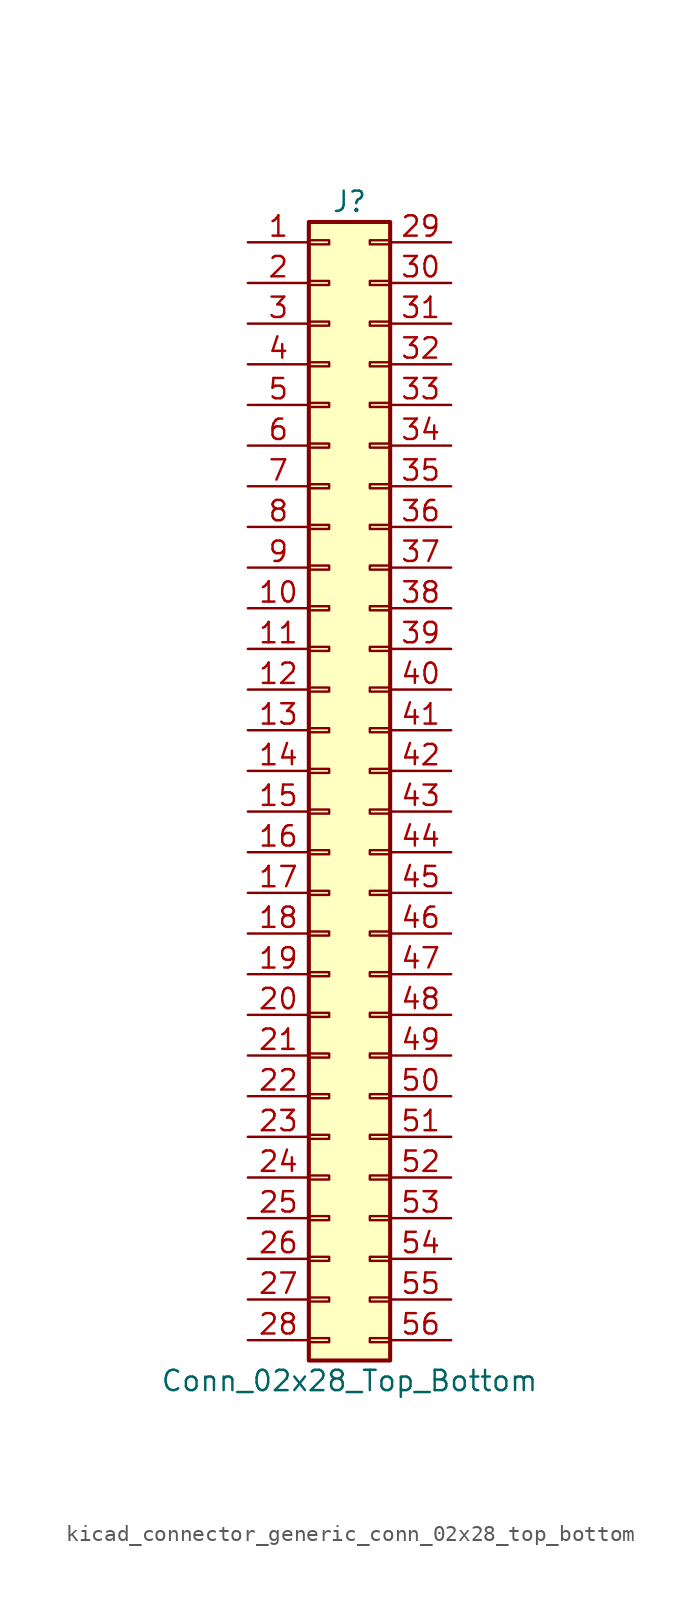
<source format=kicad_sym>
(kicad_symbol_lib
  (version 20220914)
  (generator kicad_symbol_editor)
  (symbol "kicad_connector_generic_conn_02x28_top_bottom"
    (pin_names
      (offset 1.016) hide)
    (property "Reference" "J"
      (at 1.27 35.56 0)
      (effects (font (size 1.27 1.27))))
    (property "Value" "Conn_02x28_Top_Bottom"
      (at 1.27 -38.1 0)
      (effects (font (size 1.27 1.27))))
    (symbol "kicad_connector_generic_conn_02x28_top_bottom_1_1"
      (rectangle (start -1.27 -35.433) (end 0 -35.687) (stroke (width 0.152) (type default)) (fill (type none)))
      (rectangle (start -1.27 -32.893) (end 0 -33.147) (stroke (width 0.152) (type default)) (fill (type none)))
      (rectangle (start -1.27 -30.353) (end 0 -30.607) (stroke (width 0.152) (type default)) (fill (type none)))
      (rectangle (start -1.27 -27.813) (end 0 -28.067) (stroke (width 0.152) (type default)) (fill (type none)))
      (rectangle (start -1.27 -25.273) (end 0 -25.527) (stroke (width 0.152) (type default)) (fill (type none)))
      (rectangle (start -1.27 -22.733) (end 0 -22.987) (stroke (width 0.152) (type default)) (fill (type none)))
      (rectangle (start -1.27 -20.193) (end 0 -20.447) (stroke (width 0.152) (type default)) (fill (type none)))
      (rectangle (start -1.27 -17.653) (end 0 -17.907) (stroke (width 0.152) (type default)) (fill (type none)))
      (rectangle (start -1.27 -15.113) (end 0 -15.367) (stroke (width 0.152) (type default)) (fill (type none)))
      (rectangle (start -1.27 -12.573) (end 0 -12.827) (stroke (width 0.152) (type default)) (fill (type none)))
      (rectangle (start -1.27 -10.033) (end 0 -10.287) (stroke (width 0.152) (type default)) (fill (type none)))
      (rectangle (start -1.27 -7.493) (end 0 -7.747) (stroke (width 0.152) (type default)) (fill (type none)))
      (rectangle (start -1.27 -4.953) (end 0 -5.207) (stroke (width 0.152) (type default)) (fill (type none)))
      (rectangle (start -1.27 -2.413) (end 0 -2.667) (stroke (width 0.152) (type default)) (fill (type none)))
      (rectangle (start -1.27 0.127) (end 0 -0.127) (stroke (width 0.152) (type default)) (fill (type none)))
      (rectangle (start -1.27 2.667) (end 0 2.413) (stroke (width 0.152) (type default)) (fill (type none)))
      (rectangle (start -1.27 5.207) (end 0 4.953) (stroke (width 0.152) (type default)) (fill (type none)))
      (rectangle (start -1.27 7.747) (end 0 7.493) (stroke (width 0.152) (type default)) (fill (type none)))
      (rectangle (start -1.27 10.287) (end 0 10.033) (stroke (width 0.152) (type default)) (fill (type none)))
      (rectangle (start -1.27 12.827) (end 0 12.573) (stroke (width 0.152) (type default)) (fill (type none)))
      (rectangle (start -1.27 15.367) (end 0 15.113) (stroke (width 0.152) (type default)) (fill (type none)))
      (rectangle (start -1.27 17.907) (end 0 17.653) (stroke (width 0.152) (type default)) (fill (type none)))
      (rectangle (start -1.27 20.447) (end 0 20.193) (stroke (width 0.152) (type default)) (fill (type none)))
      (rectangle (start -1.27 22.987) (end 0 22.733) (stroke (width 0.152) (type default)) (fill (type none)))
      (rectangle (start -1.27 25.527) (end 0 25.273) (stroke (width 0.152) (type default)) (fill (type none)))
      (rectangle (start -1.27 28.067) (end 0 27.813) (stroke (width 0.152) (type default)) (fill (type none)))
      (rectangle (start -1.27 30.607) (end 0 30.353) (stroke (width 0.152) (type default)) (fill (type none)))
      (rectangle (start -1.27 33.147) (end 0 32.893) (stroke (width 0.152) (type default)) (fill (type none)))
      (rectangle (start -1.27 34.29) (end 3.81 -36.83) (stroke (width 0.254) (type default)) (fill (type background)))
      (rectangle (start 3.81 -35.433) (end 2.54 -35.687) (stroke (width 0.152) (type default)) (fill (type none)))
      (rectangle (start 3.81 -32.893) (end 2.54 -33.147) (stroke (width 0.152) (type default)) (fill (type none)))
      (rectangle (start 3.81 -30.353) (end 2.54 -30.607) (stroke (width 0.152) (type default)) (fill (type none)))
      (rectangle (start 3.81 -27.813) (end 2.54 -28.067) (stroke (width 0.152) (type default)) (fill (type none)))
      (rectangle (start 3.81 -25.273) (end 2.54 -25.527) (stroke (width 0.152) (type default)) (fill (type none)))
      (rectangle (start 3.81 -22.733) (end 2.54 -22.987) (stroke (width 0.152) (type default)) (fill (type none)))
      (rectangle (start 3.81 -20.193) (end 2.54 -20.447) (stroke (width 0.152) (type default)) (fill (type none)))
      (rectangle (start 3.81 -17.653) (end 2.54 -17.907) (stroke (width 0.152) (type default)) (fill (type none)))
      (rectangle (start 3.81 -15.113) (end 2.54 -15.367) (stroke (width 0.152) (type default)) (fill (type none)))
      (rectangle (start 3.81 -12.573) (end 2.54 -12.827) (stroke (width 0.152) (type default)) (fill (type none)))
      (rectangle (start 3.81 -10.033) (end 2.54 -10.287) (stroke (width 0.152) (type default)) (fill (type none)))
      (rectangle (start 3.81 -7.493) (end 2.54 -7.747) (stroke (width 0.152) (type default)) (fill (type none)))
      (rectangle (start 3.81 -4.953) (end 2.54 -5.207) (stroke (width 0.152) (type default)) (fill (type none)))
      (rectangle (start 3.81 -2.413) (end 2.54 -2.667) (stroke (width 0.152) (type default)) (fill (type none)))
      (rectangle (start 3.81 0.127) (end 2.54 -0.127) (stroke (width 0.152) (type default)) (fill (type none)))
      (rectangle (start 3.81 2.667) (end 2.54 2.413) (stroke (width 0.152) (type default)) (fill (type none)))
      (rectangle (start 3.81 5.207) (end 2.54 4.953) (stroke (width 0.152) (type default)) (fill (type none)))
      (rectangle (start 3.81 7.747) (end 2.54 7.493) (stroke (width 0.152) (type default)) (fill (type none)))
      (rectangle (start 3.81 10.287) (end 2.54 10.033) (stroke (width 0.152) (type default)) (fill (type none)))
      (rectangle (start 3.81 12.827) (end 2.54 12.573) (stroke (width 0.152) (type default)) (fill (type none)))
      (rectangle (start 3.81 15.367) (end 2.54 15.113) (stroke (width 0.152) (type default)) (fill (type none)))
      (rectangle (start 3.81 17.907) (end 2.54 17.653) (stroke (width 0.152) (type default)) (fill (type none)))
      (rectangle (start 3.81 20.447) (end 2.54 20.193) (stroke (width 0.152) (type default)) (fill (type none)))
      (rectangle (start 3.81 22.987) (end 2.54 22.733) (stroke (width 0.152) (type default)) (fill (type none)))
      (rectangle (start 3.81 25.527) (end 2.54 25.273) (stroke (width 0.152) (type default)) (fill (type none)))
      (rectangle (start 3.81 28.067) (end 2.54 27.813) (stroke (width 0.152) (type default)) (fill (type none)))
      (rectangle (start 3.81 30.607) (end 2.54 30.353) (stroke (width 0.152) (type default)) (fill (type none)))
      (rectangle (start 3.81 33.147) (end 2.54 32.893) (stroke (width 0.152) (type default)) (fill (type none)))
      (pin passive line (at -5.08 33.02 0) (length 3.81) (name "Pin_1" (effects (font (size 1.27 1.27)))) (number "1" (effects (font (size 1.27 1.27)))))
      (pin passive line (at -5.08 10.16 0) (length 3.81) (name "Pin_10" (effects (font (size 1.27 1.27)))) (number "10" (effects (font (size 1.27 1.27)))))
      (pin passive line (at -5.08 7.62 0) (length 3.81) (name "Pin_11" (effects (font (size 1.27 1.27)))) (number "11" (effects (font (size 1.27 1.27)))))
      (pin passive line (at -5.08 5.08 0) (length 3.81) (name "Pin_12" (effects (font (size 1.27 1.27)))) (number "12" (effects (font (size 1.27 1.27)))))
      (pin passive line (at -5.08 2.54 0) (length 3.81) (name "Pin_13" (effects (font (size 1.27 1.27)))) (number "13" (effects (font (size 1.27 1.27)))))
      (pin passive line (at -5.08 0 0) (length 3.81) (name "Pin_14" (effects (font (size 1.27 1.27)))) (number "14" (effects (font (size 1.27 1.27)))))
      (pin passive line (at -5.08 -2.54 0) (length 3.81) (name "Pin_15" (effects (font (size 1.27 1.27)))) (number "15" (effects (font (size 1.27 1.27)))))
      (pin passive line (at -5.08 -5.08 0) (length 3.81) (name "Pin_16" (effects (font (size 1.27 1.27)))) (number "16" (effects (font (size 1.27 1.27)))))
      (pin passive line (at -5.08 -7.62 0) (length 3.81) (name "Pin_17" (effects (font (size 1.27 1.27)))) (number "17" (effects (font (size 1.27 1.27)))))
      (pin passive line (at -5.08 -10.16 0) (length 3.81) (name "Pin_18" (effects (font (size 1.27 1.27)))) (number "18" (effects (font (size 1.27 1.27)))))
      (pin passive line (at -5.08 -12.7 0) (length 3.81) (name "Pin_19" (effects (font (size 1.27 1.27)))) (number "19" (effects (font (size 1.27 1.27)))))
      (pin passive line (at -5.08 30.48 0) (length 3.81) (name "Pin_2" (effects (font (size 1.27 1.27)))) (number "2" (effects (font (size 1.27 1.27)))))
      (pin passive line (at -5.08 -15.24 0) (length 3.81) (name "Pin_20" (effects (font (size 1.27 1.27)))) (number "20" (effects (font (size 1.27 1.27)))))
      (pin passive line (at -5.08 -17.78 0) (length 3.81) (name "Pin_21" (effects (font (size 1.27 1.27)))) (number "21" (effects (font (size 1.27 1.27)))))
      (pin passive line (at -5.08 -20.32 0) (length 3.81) (name "Pin_22" (effects (font (size 1.27 1.27)))) (number "22" (effects (font (size 1.27 1.27)))))
      (pin passive line (at -5.08 -22.86 0) (length 3.81) (name "Pin_23" (effects (font (size 1.27 1.27)))) (number "23" (effects (font (size 1.27 1.27)))))
      (pin passive line (at -5.08 -25.4 0) (length 3.81) (name "Pin_24" (effects (font (size 1.27 1.27)))) (number "24" (effects (font (size 1.27 1.27)))))
      (pin passive line (at -5.08 -27.94 0) (length 3.81) (name "Pin_25" (effects (font (size 1.27 1.27)))) (number "25" (effects (font (size 1.27 1.27)))))
      (pin passive line (at -5.08 -30.48 0) (length 3.81) (name "Pin_26" (effects (font (size 1.27 1.27)))) (number "26" (effects (font (size 1.27 1.27)))))
      (pin passive line (at -5.08 -33.02 0) (length 3.81) (name "Pin_27" (effects (font (size 1.27 1.27)))) (number "27" (effects (font (size 1.27 1.27)))))
      (pin passive line (at -5.08 -35.56 0) (length 3.81) (name "Pin_28" (effects (font (size 1.27 1.27)))) (number "28" (effects (font (size 1.27 1.27)))))
      (pin passive line (at 7.62 33.02 180) (length 3.81) (name "Pin_29" (effects (font (size 1.27 1.27)))) (number "29" (effects (font (size 1.27 1.27)))))
      (pin passive line (at -5.08 27.94 0) (length 3.81) (name "Pin_3" (effects (font (size 1.27 1.27)))) (number "3" (effects (font (size 1.27 1.27)))))
      (pin passive line (at 7.62 30.48 180) (length 3.81) (name "Pin_30" (effects (font (size 1.27 1.27)))) (number "30" (effects (font (size 1.27 1.27)))))
      (pin passive line (at 7.62 27.94 180) (length 3.81) (name "Pin_31" (effects (font (size 1.27 1.27)))) (number "31" (effects (font (size 1.27 1.27)))))
      (pin passive line (at 7.62 25.4 180) (length 3.81) (name "Pin_32" (effects (font (size 1.27 1.27)))) (number "32" (effects (font (size 1.27 1.27)))))
      (pin passive line (at 7.62 22.86 180) (length 3.81) (name "Pin_33" (effects (font (size 1.27 1.27)))) (number "33" (effects (font (size 1.27 1.27)))))
      (pin passive line (at 7.62 20.32 180) (length 3.81) (name "Pin_34" (effects (font (size 1.27 1.27)))) (number "34" (effects (font (size 1.27 1.27)))))
      (pin passive line (at 7.62 17.78 180) (length 3.81) (name "Pin_35" (effects (font (size 1.27 1.27)))) (number "35" (effects (font (size 1.27 1.27)))))
      (pin passive line (at 7.62 15.24 180) (length 3.81) (name "Pin_36" (effects (font (size 1.27 1.27)))) (number "36" (effects (font (size 1.27 1.27)))))
      (pin passive line (at 7.62 12.7 180) (length 3.81) (name "Pin_37" (effects (font (size 1.27 1.27)))) (number "37" (effects (font (size 1.27 1.27)))))
      (pin passive line (at 7.62 10.16 180) (length 3.81) (name "Pin_38" (effects (font (size 1.27 1.27)))) (number "38" (effects (font (size 1.27 1.27)))))
      (pin passive line (at 7.62 7.62 180) (length 3.81) (name "Pin_39" (effects (font (size 1.27 1.27)))) (number "39" (effects (font (size 1.27 1.27)))))
      (pin passive line (at -5.08 25.4 0) (length 3.81) (name "Pin_4" (effects (font (size 1.27 1.27)))) (number "4" (effects (font (size 1.27 1.27)))))
      (pin passive line (at 7.62 5.08 180) (length 3.81) (name "Pin_40" (effects (font (size 1.27 1.27)))) (number "40" (effects (font (size 1.27 1.27)))))
      (pin passive line (at 7.62 2.54 180) (length 3.81) (name "Pin_41" (effects (font (size 1.27 1.27)))) (number "41" (effects (font (size 1.27 1.27)))))
      (pin passive line (at 7.62 0 180) (length 3.81) (name "Pin_42" (effects (font (size 1.27 1.27)))) (number "42" (effects (font (size 1.27 1.27)))))
      (pin passive line (at 7.62 -2.54 180) (length 3.81) (name "Pin_43" (effects (font (size 1.27 1.27)))) (number "43" (effects (font (size 1.27 1.27)))))
      (pin passive line (at 7.62 -5.08 180) (length 3.81) (name "Pin_44" (effects (font (size 1.27 1.27)))) (number "44" (effects (font (size 1.27 1.27)))))
      (pin passive line (at 7.62 -7.62 180) (length 3.81) (name "Pin_45" (effects (font (size 1.27 1.27)))) (number "45" (effects (font (size 1.27 1.27)))))
      (pin passive line (at 7.62 -10.16 180) (length 3.81) (name "Pin_46" (effects (font (size 1.27 1.27)))) (number "46" (effects (font (size 1.27 1.27)))))
      (pin passive line (at 7.62 -12.7 180) (length 3.81) (name "Pin_47" (effects (font (size 1.27 1.27)))) (number "47" (effects (font (size 1.27 1.27)))))
      (pin passive line (at 7.62 -15.24 180) (length 3.81) (name "Pin_48" (effects (font (size 1.27 1.27)))) (number "48" (effects (font (size 1.27 1.27)))))
      (pin passive line (at 7.62 -17.78 180) (length 3.81) (name "Pin_49" (effects (font (size 1.27 1.27)))) (number "49" (effects (font (size 1.27 1.27)))))
      (pin passive line (at -5.08 22.86 0) (length 3.81) (name "Pin_5" (effects (font (size 1.27 1.27)))) (number "5" (effects (font (size 1.27 1.27)))))
      (pin passive line (at 7.62 -20.32 180) (length 3.81) (name "Pin_50" (effects (font (size 1.27 1.27)))) (number "50" (effects (font (size 1.27 1.27)))))
      (pin passive line (at 7.62 -22.86 180) (length 3.81) (name "Pin_51" (effects (font (size 1.27 1.27)))) (number "51" (effects (font (size 1.27 1.27)))))
      (pin passive line (at 7.62 -25.4 180) (length 3.81) (name "Pin_52" (effects (font (size 1.27 1.27)))) (number "52" (effects (font (size 1.27 1.27)))))
      (pin passive line (at 7.62 -27.94 180) (length 3.81) (name "Pin_53" (effects (font (size 1.27 1.27)))) (number "53" (effects (font (size 1.27 1.27)))))
      (pin passive line (at 7.62 -30.48 180) (length 3.81) (name "Pin_54" (effects (font (size 1.27 1.27)))) (number "54" (effects (font (size 1.27 1.27)))))
      (pin passive line (at 7.62 -33.02 180) (length 3.81) (name "Pin_55" (effects (font (size 1.27 1.27)))) (number "55" (effects (font (size 1.27 1.27)))))
      (pin passive line (at 7.62 -35.56 180) (length 3.81) (name "Pin_56" (effects (font (size 1.27 1.27)))) (number "56" (effects (font (size 1.27 1.27)))))
      (pin passive line (at -5.08 20.32 0) (length 3.81) (name "Pin_6" (effects (font (size 1.27 1.27)))) (number "6" (effects (font (size 1.27 1.27)))))
      (pin passive line (at -5.08 17.78 0) (length 3.81) (name "Pin_7" (effects (font (size 1.27 1.27)))) (number "7" (effects (font (size 1.27 1.27)))))
      (pin passive line (at -5.08 15.24 0) (length 3.81) (name "Pin_8" (effects (font (size 1.27 1.27)))) (number "8" (effects (font (size 1.27 1.27)))))
      (pin passive line (at -5.08 12.7 0) (length 3.81) (name "Pin_9" (effects (font (size 1.27 1.27)))) (number "9" (effects (font (size 1.27 1.27))))))))
</source>
